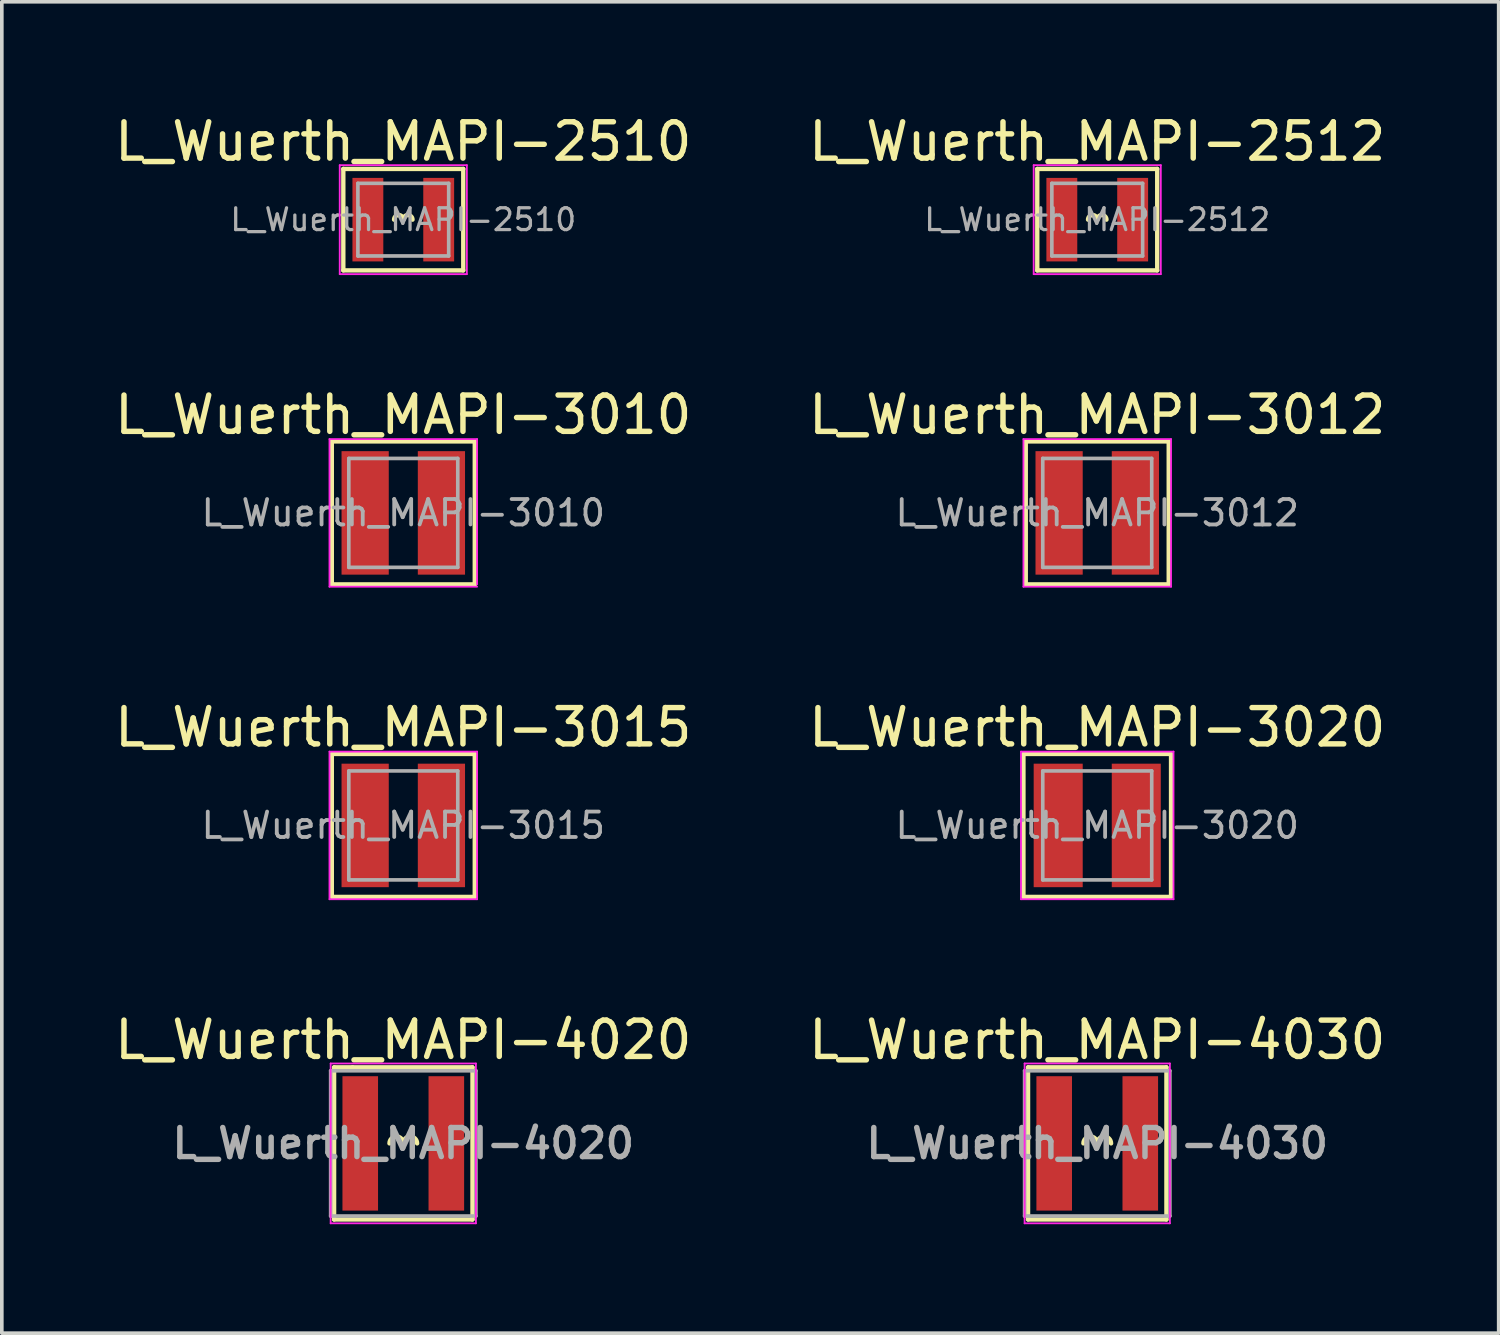
<source format=kicad_pcb>
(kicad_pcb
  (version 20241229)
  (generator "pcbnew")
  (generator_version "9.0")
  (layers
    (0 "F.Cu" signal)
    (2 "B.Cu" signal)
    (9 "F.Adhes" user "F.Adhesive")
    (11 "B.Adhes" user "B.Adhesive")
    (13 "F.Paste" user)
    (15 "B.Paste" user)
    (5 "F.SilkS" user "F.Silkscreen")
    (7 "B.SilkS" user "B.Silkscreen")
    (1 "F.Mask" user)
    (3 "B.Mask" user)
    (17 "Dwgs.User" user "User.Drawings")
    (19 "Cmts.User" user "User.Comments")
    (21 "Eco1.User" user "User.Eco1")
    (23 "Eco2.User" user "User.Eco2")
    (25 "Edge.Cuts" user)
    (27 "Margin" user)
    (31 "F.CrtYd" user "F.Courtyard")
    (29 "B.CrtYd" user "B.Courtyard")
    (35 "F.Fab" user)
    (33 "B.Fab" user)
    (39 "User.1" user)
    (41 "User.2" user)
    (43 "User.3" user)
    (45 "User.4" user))
  (footprint "L_Wuerth_MAPI-2510"
    (layer "F.Cu")
    (at 8.054 2.998)
    (property "Reference" "L_Wuerth_MAPI-2510" (at 0 -2.15 0) (layer "F.SilkS") (effects (font (size 1 1) (thickness 0.15))))
    (attr smd)
    (fp_line (start -1.651 -1.397) (end -1.651 1.397) (stroke (width 0.12) (type solid)) (layer "F.SilkS"))
    (fp_line (start -1.651 1.397) (end 1.651 1.397) (stroke (width 0.12) (type solid)) (layer "F.SilkS"))
    (fp_line (start 1.651 -1.397) (end -1.651 -1.397) (stroke (width 0.12) (type solid)) (layer "F.SilkS"))
    (fp_line (start 1.651 1.397) (end 1.651 -1.397) (stroke (width 0.12) (type solid)) (layer "F.SilkS"))
    (fp_arc (start -0.254 0) (mid -0.127 -0.127) (end 0 0) (stroke (width 0.12) (type solid)) (layer "F.SilkS"))
    (fp_arc (start 0 0) (mid 0.127 -0.127) (end 0.254 0) (stroke (width 0.12) (type solid)) (layer "F.SilkS"))
    (fp_line (start -1.75 -1.5) (end -1.75 1.5) (stroke (width 0.05) (type solid)) (layer "F.CrtYd"))
    (fp_line (start -1.75 1.5) (end 1.75 1.5) (stroke (width 0.05) (type solid)) (layer "F.CrtYd"))
    (fp_line (start 1.75 -1.5) (end -1.75 -1.5) (stroke (width 0.05) (type solid)) (layer "F.CrtYd"))
    (fp_line (start 1.75 1.5) (end 1.75 -1.5) (stroke (width 0.05) (type solid)) (layer "F.CrtYd"))
    (fp_line (start -1.25 -1) (end -1.25 1) (stroke (width 0.1) (type solid)) (layer "F.Fab"))
    (fp_line (start -1.25 1) (end 1.25 1) (stroke (width 0.1) (type solid)) (layer "F.Fab"))
    (fp_line (start 1.25 -1) (end -1.25 -1) (stroke (width 0.1) (type solid)) (layer "F.Fab"))
    (fp_line (start 1.25 1) (end 1.25 -1) (stroke (width 0.1) (type solid)) (layer "F.Fab"))
    (fp_text user "${REFERENCE}" (at 0 0 0) (layer "F.Fab") (effects (font (size 0.6 0.6) (thickness 0.09))))
    (pad "1" smd rect (at -0.975 0) (size 0.85 2.3) (layers "F.Cu" "F.Mask" "F.Paste"))
    (pad "2" smd rect (at 0.975 0) (size 0.85 2.3) (layers "F.Cu" "F.Mask" "F.Paste")))
  (footprint "L_Wuerth_MAPI-2512"
    (layer "F.Cu")
    (at 27.161 2.998)
    (property "Reference" "L_Wuerth_MAPI-2512" (at 0 -2.15 0) (layer "F.SilkS") (effects (font (size 1 1) (thickness 0.15))))
    (attr smd)
    (fp_line (start -1.651 -1.397) (end -1.651 1.397) (stroke (width 0.12) (type solid)) (layer "F.SilkS"))
    (fp_line (start -1.651 1.397) (end 1.651 1.397) (stroke (width 0.12) (type solid)) (layer "F.SilkS"))
    (fp_line (start 1.651 -1.397) (end -1.651 -1.397) (stroke (width 0.12) (type solid)) (layer "F.SilkS"))
    (fp_line (start 1.651 1.397) (end 1.651 -1.397) (stroke (width 0.12) (type solid)) (layer "F.SilkS"))
    (fp_arc (start -0.254 0) (mid -0.127 -0.127) (end 0 0) (stroke (width 0.12) (type solid)) (layer "F.SilkS"))
    (fp_arc (start 0 0) (mid 0.127 -0.127) (end 0.254 0) (stroke (width 0.12) (type solid)) (layer "F.SilkS"))
    (fp_line (start -1.75 -1.5) (end -1.75 1.5) (stroke (width 0.05) (type solid)) (layer "F.CrtYd"))
    (fp_line (start -1.75 1.5) (end 1.75 1.5) (stroke (width 0.05) (type solid)) (layer "F.CrtYd"))
    (fp_line (start 1.75 -1.5) (end -1.75 -1.5) (stroke (width 0.05) (type solid)) (layer "F.CrtYd"))
    (fp_line (start 1.75 1.5) (end 1.75 -1.5) (stroke (width 0.05) (type solid)) (layer "F.CrtYd"))
    (fp_line (start -1.25 -1) (end -1.25 1) (stroke (width 0.1) (type solid)) (layer "F.Fab"))
    (fp_line (start -1.25 1) (end 1.25 1) (stroke (width 0.1) (type solid)) (layer "F.Fab"))
    (fp_line (start 1.25 -1) (end -1.25 -1) (stroke (width 0.1) (type solid)) (layer "F.Fab"))
    (fp_line (start 1.25 1) (end 1.25 -1) (stroke (width 0.1) (type solid)) (layer "F.Fab"))
    (fp_text user "${REFERENCE}" (at 0 0 0) (layer "F.Fab") (effects (font (size 0.6 0.6) (thickness 0.09))))
    (pad "1" smd rect (at -0.975 0) (size 0.85 2.3) (layers "F.Cu" "F.Mask" "F.Paste"))
    (pad "2" smd rect (at 0.975 0) (size 0.85 2.3) (layers "F.Cu" "F.Mask" "F.Paste")))
  (footprint "L_Wuerth_MAPI-3015"
    (layer "F.Cu")
    (at 8.054 19.677)
    (property "Reference" "L_Wuerth_MAPI-3015" (at 0 -2.7 0) (layer "F.SilkS") (effects (font (size 1 1) (thickness 0.15))))
    (attr smd)
    (fp_line (start -1.968 -1.968) (end -1.968 1.968) (stroke (width 0.12) (type solid)) (layer "F.SilkS"))
    (fp_line (start -1.968 1.968) (end 1.968 1.968) (stroke (width 0.12) (type solid)) (layer "F.SilkS"))
    (fp_line (start 1.968 -1.968) (end -1.968 -1.968) (stroke (width 0.12) (type solid)) (layer "F.SilkS"))
    (fp_line (start 1.968 1.968) (end 1.968 -1.968) (stroke (width 0.12) (type solid)) (layer "F.SilkS"))
    (fp_line (start -2.032 -2.032) (end -2.032 2.032) (stroke (width 0.05) (type solid)) (layer "F.CrtYd"))
    (fp_line (start -2.032 2.032) (end 2.032 2.032) (stroke (width 0.05) (type solid)) (layer "F.CrtYd"))
    (fp_line (start 2.032 -2.032) (end -2.032 -2.032) (stroke (width 0.05) (type solid)) (layer "F.CrtYd"))
    (fp_line (start 2.032 2.032) (end 2.032 -2.032) (stroke (width 0.05) (type solid)) (layer "F.CrtYd"))
    (fp_line (start -1.5 -1.5) (end -1.5 1.5) (stroke (width 0.1) (type solid)) (layer "F.Fab"))
    (fp_line (start -1.5 1.5) (end 1.5 1.5) (stroke (width 0.1) (type solid)) (layer "F.Fab"))
    (fp_line (start 1.5 -1.5) (end -1.5 -1.5) (stroke (width 0.1) (type solid)) (layer "F.Fab"))
    (fp_line (start 1.5 1.5) (end 1.5 -1.5) (stroke (width 0.1) (type solid)) (layer "F.Fab"))
    (fp_text user "${REFERENCE}" (at 0 0 0) (layer "F.Fab") (effects (font (size 0.7 0.7) (thickness 0.105))))
    (pad "1" smd rect (at -1.05 0) (size 1.3 3.4) (layers "F.Cu" "F.Mask" "F.Paste"))
    (pad "2" smd rect (at 1.05 0) (size 1.3 3.4) (layers "F.Cu" "F.Mask" "F.Paste")))
  (footprint "L_Wuerth_MAPI-4030"
    (layer "F.Cu")
    (at 27.161 28.432)
    (property "Reference" "L_Wuerth_MAPI-4030" (at 0 -2.85 0) (layer "F.SilkS") (effects (font (size 1 1) (thickness 0.15))))
    (attr smd)
    (fp_line (start -1.905 -2.095) (end -1.905 2.095) (stroke (width 0.12) (type solid)) (layer "F.SilkS"))
    (fp_line (start -1.905 2.095) (end 1.905 2.095) (stroke (width 0.12) (type solid)) (layer "F.SilkS"))
    (fp_line (start 1.905 -2.095) (end -1.905 -2.095) (stroke (width 0.12) (type solid)) (layer "F.SilkS"))
    (fp_line (start 1.905 2.095) (end 1.905 -2.095) (stroke (width 0.12) (type solid)) (layer "F.SilkS"))
    (fp_arc (start -0.381 0) (mid -0.1905 -0.1905) (end 0 0) (stroke (width 0.12) (type solid)) (layer "F.SilkS"))
    (fp_arc (start 0 0) (mid 0.1905 -0.1905) (end 0.381 0) (stroke (width 0.12) (type solid)) (layer "F.SilkS"))
    (fp_line (start -2 -2.2) (end -2 2.2) (stroke (width 0.05) (type solid)) (layer "F.CrtYd"))
    (fp_line (start -2 2.2) (end 2 2.2) (stroke (width 0.05) (type solid)) (layer "F.CrtYd"))
    (fp_line (start 2 -2.2) (end -2 -2.2) (stroke (width 0.05) (type solid)) (layer "F.CrtYd"))
    (fp_line (start 2 2.2) (end 2 -2.2) (stroke (width 0.05) (type solid)) (layer "F.CrtYd"))
    (fp_line (start -2 -2) (end -2 2) (stroke (width 0.1) (type solid)) (layer "F.Fab"))
    (fp_line (start -2 2) (end 2 2) (stroke (width 0.1) (type solid)) (layer "F.Fab"))
    (fp_line (start 2 -2) (end -2 -2) (stroke (width 0.1) (type solid)) (layer "F.Fab"))
    (fp_line (start 2 2) (end 2 -2) (stroke (width 0.1) (type solid)) (layer "F.Fab"))
    (fp_text user "${REFERENCE}" (at 0 0 0) (layer "F.Fab") (effects (font (size 0.8 0.8) (thickness 0.15))))
    (pad "1" smd rect (at -1.185 0) (size 0.98 3.7) (layers "F.Cu" "F.Mask" "F.Paste"))
    (pad "2" smd rect (at 1.185 0) (size 0.98 3.7) (layers "F.Cu" "F.Mask" "F.Paste")))
  (footprint "L_Wuerth_MAPI-3010"
    (layer "F.Cu")
    (at 8.054 11.072)
    (property "Reference" "L_Wuerth_MAPI-3010" (at 0 -2.7 0) (layer "F.SilkS") (effects (font (size 1 1) (thickness 0.15))))
    (attr smd)
    (fp_line (start -1.968 -1.968) (end -1.968 1.968) (stroke (width 0.12) (type solid)) (layer "F.SilkS"))
    (fp_line (start -1.968 1.968) (end 1.968 1.968) (stroke (width 0.12) (type solid)) (layer "F.SilkS"))
    (fp_line (start 1.968 -1.968) (end -1.968 -1.968) (stroke (width 0.12) (type solid)) (layer "F.SilkS"))
    (fp_line (start 1.968 1.968) (end 1.968 -1.968) (stroke (width 0.12) (type solid)) (layer "F.SilkS"))
    (fp_line (start -2.032 -2.032) (end -2.032 2.032) (stroke (width 0.05) (type solid)) (layer "F.CrtYd"))
    (fp_line (start -2.032 2.032) (end 2.032 2.032) (stroke (width 0.05) (type solid)) (layer "F.CrtYd"))
    (fp_line (start 2.032 -2.032) (end -2.032 -2.032) (stroke (width 0.05) (type solid)) (layer "F.CrtYd"))
    (fp_line (start 2.032 1.968) (end 2.032 -2.032) (stroke (width 0.05) (type solid)) (layer "F.CrtYd"))
    (fp_line (start -1.5 -1.5) (end -1.5 1.5) (stroke (width 0.1) (type solid)) (layer "F.Fab"))
    (fp_line (start -1.5 1.5) (end 1.5 1.5) (stroke (width 0.1) (type solid)) (layer "F.Fab"))
    (fp_line (start 1.5 -1.5) (end -1.5 -1.5) (stroke (width 0.1) (type solid)) (layer "F.Fab"))
    (fp_line (start 1.5 1.5) (end 1.5 -1.5) (stroke (width 0.1) (type solid)) (layer "F.Fab"))
    (fp_text user "${REFERENCE}" (at 0 0 0) (layer "F.Fab") (effects (font (size 0.7 0.7) (thickness 0.105))))
    (pad "1" smd rect (at -1.05 0) (size 1.3 3.4) (layers "F.Cu" "F.Mask" "F.Paste"))
    (pad "2" smd rect (at 1.05 0) (size 1.3 3.4) (layers "F.Cu" "F.Mask" "F.Paste")))
  (footprint "L_Wuerth_MAPI-3012"
    (layer "F.Cu")
    (at 27.161 11.072)
    (property "Reference" "L_Wuerth_MAPI-3012" (at 0 -2.7 0) (layer "F.SilkS") (effects (font (size 1 1) (thickness 0.15))))
    (attr smd)
    (fp_line (start -1.968 -1.968) (end -1.968 1.968) (stroke (width 0.12) (type solid)) (layer "F.SilkS"))
    (fp_line (start -1.968 1.968) (end 1.968 1.968) (stroke (width 0.12) (type solid)) (layer "F.SilkS"))
    (fp_line (start 1.968 -1.968) (end -1.968 -1.968) (stroke (width 0.12) (type solid)) (layer "F.SilkS"))
    (fp_line (start 1.968 1.968) (end 1.968 -1.968) (stroke (width 0.12) (type solid)) (layer "F.SilkS"))
    (fp_line (start -2.032 -2.032) (end -2.032 2.032) (stroke (width 0.05) (type solid)) (layer "F.CrtYd"))
    (fp_line (start -2.032 2.032) (end 2.032 2.032) (stroke (width 0.05) (type solid)) (layer "F.CrtYd"))
    (fp_line (start 2.032 -2.032) (end -2.032 -2.032) (stroke (width 0.05) (type solid)) (layer "F.CrtYd"))
    (fp_line (start 2.032 2.032) (end 2.032 -2.032) (stroke (width 0.05) (type solid)) (layer "F.CrtYd"))
    (fp_line (start -1.5 -1.5) (end -1.5 1.5) (stroke (width 0.1) (type solid)) (layer "F.Fab"))
    (fp_line (start -1.5 1.5) (end 1.5 1.5) (stroke (width 0.1) (type solid)) (layer "F.Fab"))
    (fp_line (start 1.5 -1.5) (end -1.5 -1.5) (stroke (width 0.1) (type solid)) (layer "F.Fab"))
    (fp_line (start 1.5 1.5) (end 1.5 -1.5) (stroke (width 0.1) (type solid)) (layer "F.Fab"))
    (fp_text user "${REFERENCE}" (at 0 0 0) (layer "F.Fab") (effects (font (size 0.7 0.7) (thickness 0.105))))
    (pad "1" smd rect (at -1.05 0) (size 1.3 3.4) (layers "F.Cu" "F.Mask" "F.Paste"))
    (pad "2" smd rect (at 1.05 0) (size 1.3 3.4) (layers "F.Cu" "F.Mask" "F.Paste")))
  (footprint "L_Wuerth_MAPI-3020"
    (layer "F.Cu")
    (at 27.161 19.677)
    (property "Reference" "L_Wuerth_MAPI-3020" (at 0 -2.7 0) (layer "F.SilkS") (effects (font (size 1 1) (thickness 0.15))))
    (attr smd)
    (fp_line (start -2.032 -1.968) (end -2.032 1.968) (stroke (width 0.12) (type solid)) (layer "F.SilkS"))
    (fp_line (start -2.032 1.968) (end 2.032 1.968) (stroke (width 0.12) (type solid)) (layer "F.SilkS"))
    (fp_line (start 2.032 -1.968) (end -2.032 -1.968) (stroke (width 0.12) (type solid)) (layer "F.SilkS"))
    (fp_line (start 2.032 1.968) (end 2.032 -1.968) (stroke (width 0.12) (type solid)) (layer "F.SilkS"))
    (fp_line (start -2.1 -2.032) (end -2.1 2.032) (stroke (width 0.05) (type solid)) (layer "F.CrtYd"))
    (fp_line (start -2.1 2.032) (end 2.1 2.032) (stroke (width 0.05) (type solid)) (layer "F.CrtYd"))
    (fp_line (start 2.1 -2.032) (end -2.1 -2.032) (stroke (width 0.05) (type solid)) (layer "F.CrtYd"))
    (fp_line (start 2.1 2.032) (end 2.1 -2.032) (stroke (width 0.05) (type solid)) (layer "F.CrtYd"))
    (fp_line (start -1.5 -1.5) (end -1.5 1.5) (stroke (width 0.1) (type solid)) (layer "F.Fab"))
    (fp_line (start -1.5 1.5) (end 1.5 1.5) (stroke (width 0.1) (type solid)) (layer "F.Fab"))
    (fp_line (start 1.5 -1.5) (end -1.5 -1.5) (stroke (width 0.1) (type solid)) (layer "F.Fab"))
    (fp_line (start 1.5 1.5) (end 1.5 -1.5) (stroke (width 0.1) (type solid)) (layer "F.Fab"))
    (fp_text user "${REFERENCE}" (at 0 0 0) (layer "F.Fab") (effects (font (size 0.7 0.7) (thickness 0.105))))
    (pad "1" smd rect (at -1.075 0) (size 1.35 3.4) (layers "F.Cu" "F.Mask" "F.Paste"))
    (pad "2" smd rect (at 1.075 0) (size 1.35 3.4) (layers "F.Cu" "F.Mask" "F.Paste")))
  (footprint "L_Wuerth_MAPI-4020"
    (layer "F.Cu")
    (at 8.054 28.432)
    (property "Reference" "L_Wuerth_MAPI-4020" (at 0 -2.85 0) (layer "F.SilkS") (effects (font (size 1 1) (thickness 0.15))))
    (attr smd)
    (fp_line (start -1.905 -2.095) (end -1.905 2.095) (stroke (width 0.12) (type solid)) (layer "F.SilkS"))
    (fp_line (start -1.905 2.095) (end 1.905 2.095) (stroke (width 0.12) (type solid)) (layer "F.SilkS"))
    (fp_line (start -1.397 -2.095) (end -1.905 -2.095) (stroke (width 0.12) (type solid)) (layer "F.SilkS"))
    (fp_line (start 1.905 -2.095) (end -1.397 -2.095) (stroke (width 0.12) (type solid)) (layer "F.SilkS"))
    (fp_line (start 1.905 2.095) (end 1.905 -2.095) (stroke (width 0.12) (type solid)) (layer "F.SilkS"))
    (fp_arc (start -0.381 0) (mid -0.1905 -0.1905) (end 0 0) (stroke (width 0.12) (type solid)) (layer "F.SilkS"))
    (fp_arc (start 0 0) (mid 0.1905 -0.1905) (end 0.381 0) (stroke (width 0.12) (type solid)) (layer "F.SilkS"))
    (fp_line (start -2 -2.2) (end -2 2.2) (stroke (width 0.05) (type solid)) (layer "F.CrtYd"))
    (fp_line (start -2 2.2) (end 2 2.2) (stroke (width 0.05) (type solid)) (layer "F.CrtYd"))
    (fp_line (start 2 -2.2) (end -2 -2.2) (stroke (width 0.05) (type solid)) (layer "F.CrtYd"))
    (fp_line (start 2 2.2) (end 2 -2.2) (stroke (width 0.05) (type solid)) (layer "F.CrtYd"))
    (fp_line (start -2 -2) (end -2 2) (stroke (width 0.1) (type solid)) (layer "F.Fab"))
    (fp_line (start -2 2) (end 2 2) (stroke (width 0.1) (type solid)) (layer "F.Fab"))
    (fp_line (start 2 -2) (end -2 -2) (stroke (width 0.1) (type solid)) (layer "F.Fab"))
    (fp_line (start 2 2) (end 2 -2) (stroke (width 0.1) (type solid)) (layer "F.Fab"))
    (fp_text user "${REFERENCE}" (at 0 0 0) (layer "F.Fab") (effects (font (size 0.8 0.8) (thickness 0.15))))
    (pad "1" smd rect (at -1.185 0) (size 0.98 3.7) (layers "F.Cu" "F.Mask" "F.Paste"))
    (pad "2" smd rect (at 1.185 0) (size 0.98 3.7) (layers "F.Cu" "F.Mask" "F.Paste")))
  (gr_rect
    (start -3 -3)
    (end 38.214 33.657)
    (stroke (width 0.1) (type default))
    (fill no)
    (layer "Edge.Cuts")))
</source>
